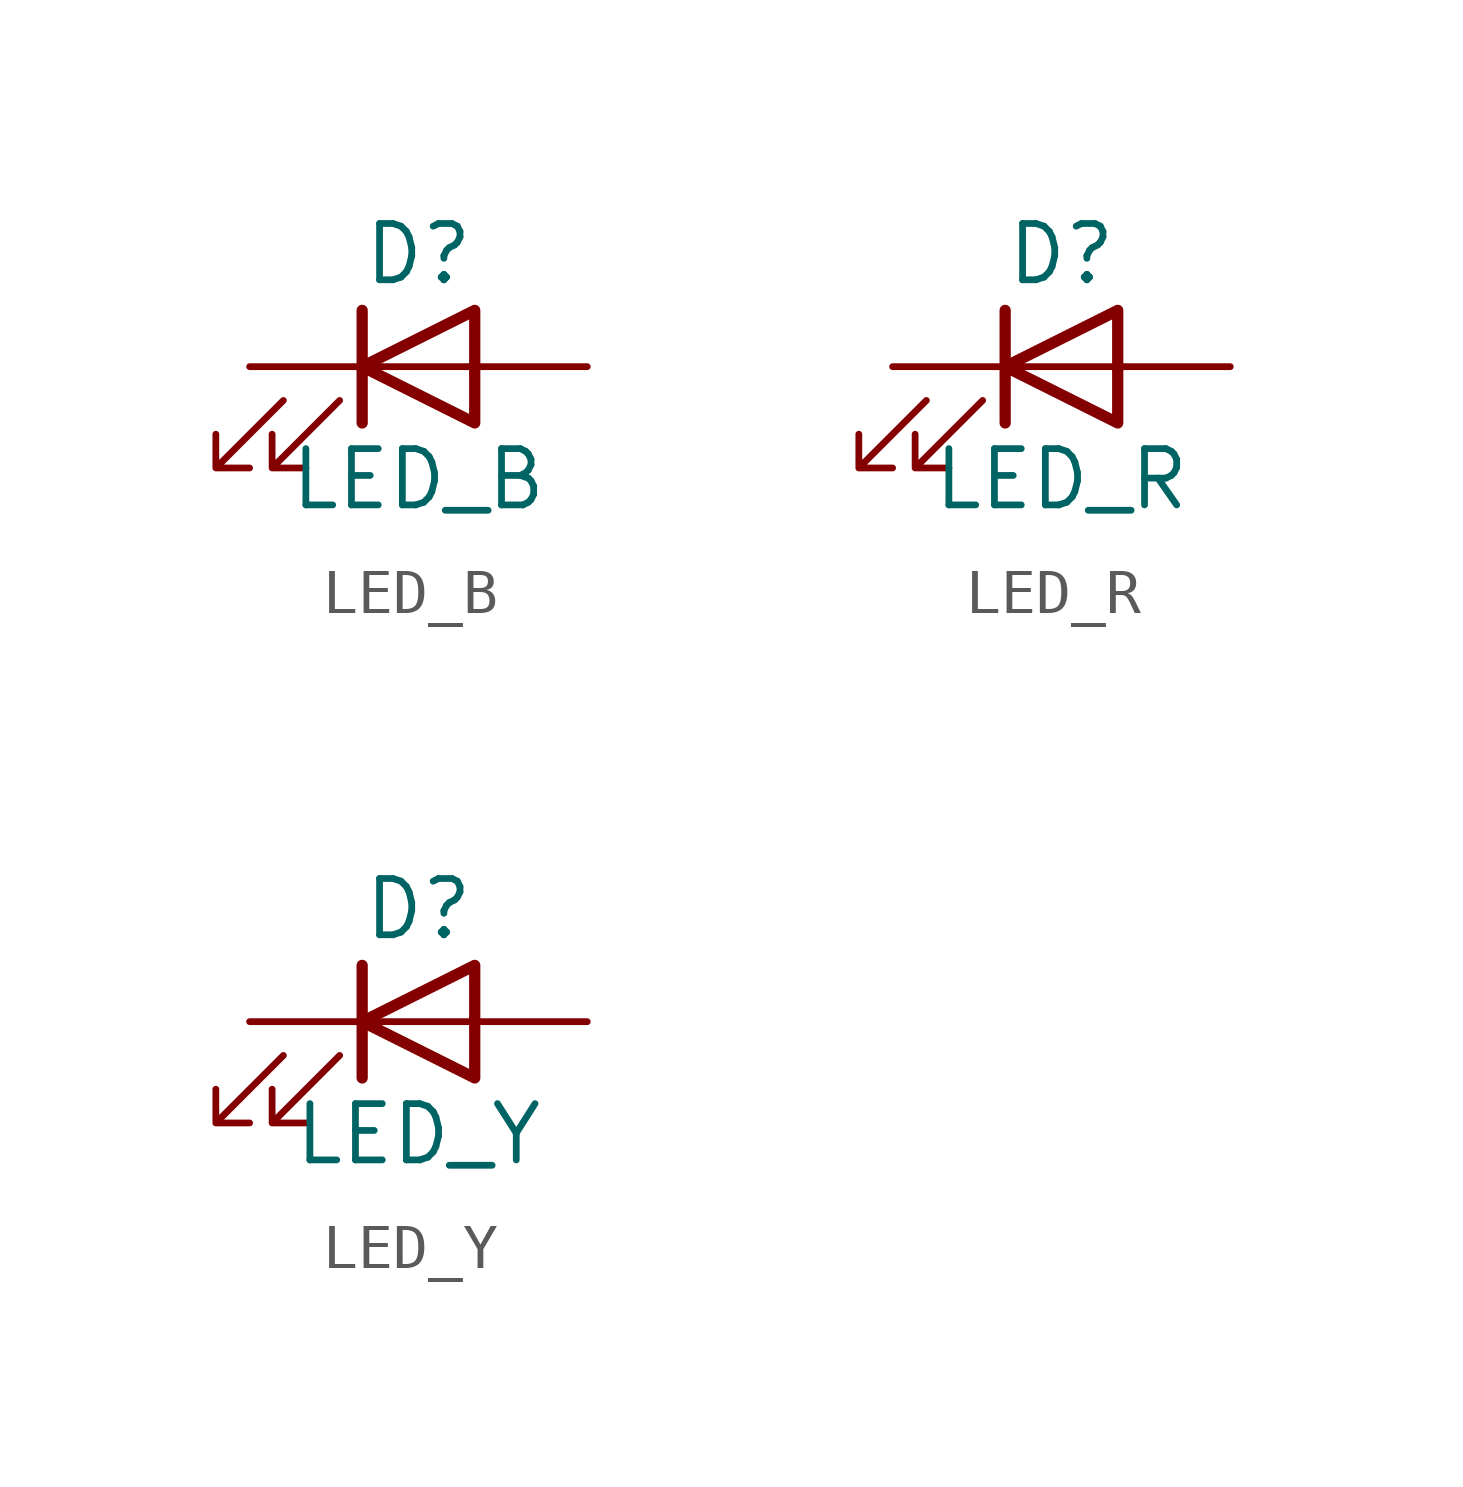
<source format=kicad_sym>
(kicad_symbol_lib
  (version 20231120)
  (generator "kicad_symbol_editor")
  (generator_version "8.0")
  (symbol "LED_B"
    (pin_numbers hide)
    (pin_names
      (offset 1.016) hide)
    (property "Reference" "D"
      (at 0 2.54 0)
      (effects (font (size 1.27 1.27))))
    (property "Value" "LED_B"
      (at 0 -2.54 0)
      (effects (font (size 1.27 1.27))))
    (symbol "LED_B_0_1"
      (polyline (pts (xy -1.27 -1.27) (xy -1.27 1.27)) (stroke (width 0.254) (type default)) (fill (type none)))
      (polyline (pts (xy -1.27 0) (xy 1.27 0)) (stroke (width 0) (type default)) (fill (type none)))
      (polyline (pts (xy 1.27 -1.27) (xy 1.27 1.27) (xy -1.27 0) (xy 1.27 -1.27)) (stroke (width 0.254) (type default)) (fill (type none)))
      (polyline (pts (xy -3.048 -0.762) (xy -4.572 -2.286) (xy -3.81 -2.286) (xy -4.572 -2.286) (xy -4.572 -1.524)) (stroke (width 0) (type default)) (fill (type none)))
      (polyline (pts (xy -1.778 -0.762) (xy -3.302 -2.286) (xy -2.54 -2.286) (xy -3.302 -2.286) (xy -3.302 -1.524)) (stroke (width 0) (type default)) (fill (type none))))
    (symbol "LED_B_1_1"
      (pin passive line (at -3.81 0 0) (length 2.54) (name "K" (effects (font (size 1.27 1.27)))) (number "1" (effects (font (size 1.27 1.27)))))
      (pin passive line (at 3.81 0 180) (length 2.54) (name "A" (effects (font (size 1.27 1.27)))) (number "2" (effects (font (size 1.27 1.27)))))))
  (symbol "LED_R"
    (pin_numbers hide)
    (pin_names
      (offset 1.016) hide)
    (property "Reference" "D"
      (at 0 2.54 0)
      (effects (font (size 1.27 1.27))))
    (property "Value" "LED_R"
      (at 0 -2.54 0)
      (effects (font (size 1.27 1.27))))
    (symbol "LED_R_0_1"
      (polyline (pts (xy -1.27 -1.27) (xy -1.27 1.27)) (stroke (width 0.254) (type default)) (fill (type none)))
      (polyline (pts (xy -1.27 0) (xy 1.27 0)) (stroke (width 0) (type default)) (fill (type none)))
      (polyline (pts (xy 1.27 -1.27) (xy 1.27 1.27) (xy -1.27 0) (xy 1.27 -1.27)) (stroke (width 0.254) (type default)) (fill (type none)))
      (polyline (pts (xy -3.048 -0.762) (xy -4.572 -2.286) (xy -3.81 -2.286) (xy -4.572 -2.286) (xy -4.572 -1.524)) (stroke (width 0) (type default)) (fill (type none)))
      (polyline (pts (xy -1.778 -0.762) (xy -3.302 -2.286) (xy -2.54 -2.286) (xy -3.302 -2.286) (xy -3.302 -1.524)) (stroke (width 0) (type default)) (fill (type none))))
    (symbol "LED_R_1_1"
      (pin passive line (at -3.81 0 0) (length 2.54) (name "K" (effects (font (size 1.27 1.27)))) (number "1" (effects (font (size 1.27 1.27)))))
      (pin passive line (at 3.81 0 180) (length 2.54) (name "A" (effects (font (size 1.27 1.27)))) (number "2" (effects (font (size 1.27 1.27)))))))
  (symbol "LED_Y"
    (pin_numbers hide)
    (pin_names
      (offset 1.016) hide)
    (property "Reference" "D"
      (at 0 2.54 0)
      (effects (font (size 1.27 1.27))))
    (property "Value" "LED_Y"
      (at 0 -2.54 0)
      (effects (font (size 1.27 1.27))))
    (symbol "LED_Y_0_1"
      (polyline (pts (xy -1.27 -1.27) (xy -1.27 1.27)) (stroke (width 0.254) (type default)) (fill (type none)))
      (polyline (pts (xy -1.27 0) (xy 1.27 0)) (stroke (width 0) (type default)) (fill (type none)))
      (polyline (pts (xy 1.27 -1.27) (xy 1.27 1.27) (xy -1.27 0) (xy 1.27 -1.27)) (stroke (width 0.254) (type default)) (fill (type none)))
      (polyline (pts (xy -3.048 -0.762) (xy -4.572 -2.286) (xy -3.81 -2.286) (xy -4.572 -2.286) (xy -4.572 -1.524)) (stroke (width 0) (type default)) (fill (type none)))
      (polyline (pts (xy -1.778 -0.762) (xy -3.302 -2.286) (xy -2.54 -2.286) (xy -3.302 -2.286) (xy -3.302 -1.524)) (stroke (width 0) (type default)) (fill (type none))))
    (symbol "LED_Y_1_1"
      (pin passive line (at -3.81 0 0) (length 2.54) (name "K" (effects (font (size 1.27 1.27)))) (number "1" (effects (font (size 1.27 1.27)))))
      (pin passive line (at 3.81 0 180) (length 2.54) (name "A" (effects (font (size 1.27 1.27)))) (number "2" (effects (font (size 1.27 1.27))))))))
</source>
